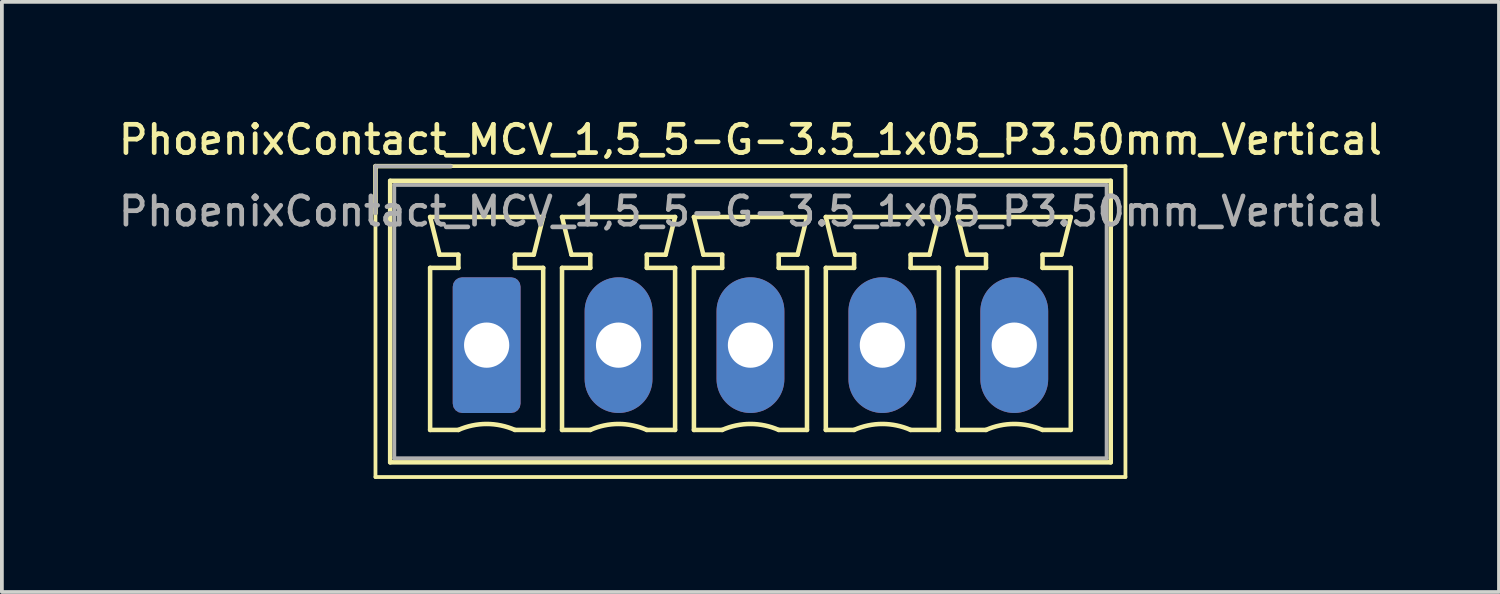
<source format=kicad_pcb>
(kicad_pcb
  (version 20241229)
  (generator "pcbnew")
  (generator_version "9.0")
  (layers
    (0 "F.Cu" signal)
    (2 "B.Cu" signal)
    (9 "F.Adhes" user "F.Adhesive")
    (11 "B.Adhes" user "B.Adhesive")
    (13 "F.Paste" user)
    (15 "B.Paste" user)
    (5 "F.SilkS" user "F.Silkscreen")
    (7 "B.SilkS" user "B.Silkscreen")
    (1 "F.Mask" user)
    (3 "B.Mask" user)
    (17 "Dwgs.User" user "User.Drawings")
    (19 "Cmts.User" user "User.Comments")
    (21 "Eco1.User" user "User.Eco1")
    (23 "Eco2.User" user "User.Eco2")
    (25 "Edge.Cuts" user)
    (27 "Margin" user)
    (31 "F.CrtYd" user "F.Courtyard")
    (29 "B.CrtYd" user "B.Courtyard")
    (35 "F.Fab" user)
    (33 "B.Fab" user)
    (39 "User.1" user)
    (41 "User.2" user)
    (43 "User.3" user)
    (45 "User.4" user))
  (footprint "PhoenixContact_MCV_1,5_5-G-3.5_1x05_P3.50mm_Vertical"
    (layer "F.Cu")
    (at 9.863 6.108)
    (property "Reference" "PhoenixContact_MCV_1,5_5-G-3.5_1x05_P3.50mm_Vertical" (at 7 -5.45 0) (layer "F.SilkS") (effects (font (size 0.75 0.75) (thickness 0.125))))
    (attr through_hole)
    (fp_line (start -2.95 -4.75) (end -2.95 3.5) (stroke (width 0.1) (type solid)) (layer "F.SilkS"))
    (fp_line (start -2.95 -4.75) (end -0.95 -4.75) (stroke (width 0.12) (type solid)) (layer "F.SilkS"))
    (fp_line (start -2.95 -3.5) (end -2.95 -4.75) (stroke (width 0.12) (type solid)) (layer "F.SilkS"))
    (fp_line (start -2.95 3.5) (end 16.95 3.5) (stroke (width 0.1) (type solid)) (layer "F.SilkS"))
    (fp_line (start -2.56 -4.36) (end -2.56 3.11) (stroke (width 0.12) (type solid)) (layer "F.SilkS"))
    (fp_line (start -2.56 3.11) (end 16.56 3.11) (stroke (width 0.12) (type solid)) (layer "F.SilkS"))
    (fp_line (start -1.5 -3.4) (end 1.5 -3.4) (stroke (width 0.12) (type solid)) (layer "F.SilkS"))
    (fp_line (start -1.5 -2.05) (end -0.75 -2.05) (stroke (width 0.12) (type solid)) (layer "F.SilkS"))
    (fp_line (start -1.5 2.25) (end -1.5 -2.05) (stroke (width 0.12) (type solid)) (layer "F.SilkS"))
    (fp_line (start -1.25 -2.4) (end -1.5 -3.4) (stroke (width 0.12) (type solid)) (layer "F.SilkS"))
    (fp_line (start -0.75 -2.4) (end -1.25 -2.4) (stroke (width 0.12) (type solid)) (layer "F.SilkS"))
    (fp_line (start -0.75 -2.05) (end -0.75 -2.4) (stroke (width 0.12) (type solid)) (layer "F.SilkS"))
    (fp_line (start -0.75 2.25) (end -1.5 2.25) (stroke (width 0.12) (type solid)) (layer "F.SilkS"))
    (fp_line (start 0.75 -2.4) (end 0.75 -2.05) (stroke (width 0.12) (type solid)) (layer "F.SilkS"))
    (fp_line (start 0.75 -2.05) (end 1.5 -2.05) (stroke (width 0.12) (type solid)) (layer "F.SilkS"))
    (fp_line (start 1.25 -2.4) (end 0.75 -2.4) (stroke (width 0.12) (type solid)) (layer "F.SilkS"))
    (fp_line (start 1.5 -3.4) (end 1.25 -2.4) (stroke (width 0.12) (type solid)) (layer "F.SilkS"))
    (fp_line (start 1.5 -2.05) (end 1.5 2.25) (stroke (width 0.12) (type solid)) (layer "F.SilkS"))
    (fp_line (start 1.5 2.25) (end 0.75 2.25) (stroke (width 0.12) (type solid)) (layer "F.SilkS"))
    (fp_line (start 2 -3.4) (end 5 -3.4) (stroke (width 0.12) (type solid)) (layer "F.SilkS"))
    (fp_line (start 2 -2.05) (end 2.75 -2.05) (stroke (width 0.12) (type solid)) (layer "F.SilkS"))
    (fp_line (start 2 2.25) (end 2 -2.05) (stroke (width 0.12) (type solid)) (layer "F.SilkS"))
    (fp_line (start 2.25 -2.4) (end 2 -3.4) (stroke (width 0.12) (type solid)) (layer "F.SilkS"))
    (fp_line (start 2.75 -2.4) (end 2.25 -2.4) (stroke (width 0.12) (type solid)) (layer "F.SilkS"))
    (fp_line (start 2.75 -2.05) (end 2.75 -2.4) (stroke (width 0.12) (type solid)) (layer "F.SilkS"))
    (fp_line (start 2.75 2.25) (end 2 2.25) (stroke (width 0.12) (type solid)) (layer "F.SilkS"))
    (fp_line (start 4.25 -2.4) (end 4.25 -2.05) (stroke (width 0.12) (type solid)) (layer "F.SilkS"))
    (fp_line (start 4.25 -2.05) (end 5 -2.05) (stroke (width 0.12) (type solid)) (layer "F.SilkS"))
    (fp_line (start 4.75 -2.4) (end 4.25 -2.4) (stroke (width 0.12) (type solid)) (layer "F.SilkS"))
    (fp_line (start 5 -3.4) (end 4.75 -2.4) (stroke (width 0.12) (type solid)) (layer "F.SilkS"))
    (fp_line (start 5 -2.05) (end 5 2.25) (stroke (width 0.12) (type solid)) (layer "F.SilkS"))
    (fp_line (start 5 2.25) (end 4.25 2.25) (stroke (width 0.12) (type solid)) (layer "F.SilkS"))
    (fp_line (start 5.5 -3.4) (end 8.5 -3.4) (stroke (width 0.12) (type solid)) (layer "F.SilkS"))
    (fp_line (start 5.5 -2.05) (end 6.25 -2.05) (stroke (width 0.12) (type solid)) (layer "F.SilkS"))
    (fp_line (start 5.5 2.25) (end 5.5 -2.05) (stroke (width 0.12) (type solid)) (layer "F.SilkS"))
    (fp_line (start 5.75 -2.4) (end 5.5 -3.4) (stroke (width 0.12) (type solid)) (layer "F.SilkS"))
    (fp_line (start 6.25 -2.4) (end 5.75 -2.4) (stroke (width 0.12) (type solid)) (layer "F.SilkS"))
    (fp_line (start 6.25 -2.05) (end 6.25 -2.4) (stroke (width 0.12) (type solid)) (layer "F.SilkS"))
    (fp_line (start 6.25 2.25) (end 5.5 2.25) (stroke (width 0.12) (type solid)) (layer "F.SilkS"))
    (fp_line (start 7.75 -2.4) (end 7.75 -2.05) (stroke (width 0.12) (type solid)) (layer "F.SilkS"))
    (fp_line (start 7.75 -2.05) (end 8.5 -2.05) (stroke (width 0.12) (type solid)) (layer "F.SilkS"))
    (fp_line (start 8.25 -2.4) (end 7.75 -2.4) (stroke (width 0.12) (type solid)) (layer "F.SilkS"))
    (fp_line (start 8.5 -3.4) (end 8.25 -2.4) (stroke (width 0.12) (type solid)) (layer "F.SilkS"))
    (fp_line (start 8.5 -2.05) (end 8.5 2.25) (stroke (width 0.12) (type solid)) (layer "F.SilkS"))
    (fp_line (start 8.5 2.25) (end 7.75 2.25) (stroke (width 0.12) (type solid)) (layer "F.SilkS"))
    (fp_line (start 9 -3.4) (end 12 -3.4) (stroke (width 0.12) (type solid)) (layer "F.SilkS"))
    (fp_line (start 9 -2.05) (end 9.75 -2.05) (stroke (width 0.12) (type solid)) (layer "F.SilkS"))
    (fp_line (start 9 2.25) (end 9 -2.05) (stroke (width 0.12) (type solid)) (layer "F.SilkS"))
    (fp_line (start 9.25 -2.4) (end 9 -3.4) (stroke (width 0.12) (type solid)) (layer "F.SilkS"))
    (fp_line (start 9.75 -2.4) (end 9.25 -2.4) (stroke (width 0.12) (type solid)) (layer "F.SilkS"))
    (fp_line (start 9.75 -2.05) (end 9.75 -2.4) (stroke (width 0.12) (type solid)) (layer "F.SilkS"))
    (fp_line (start 9.75 2.25) (end 9 2.25) (stroke (width 0.12) (type solid)) (layer "F.SilkS"))
    (fp_line (start 11.25 -2.4) (end 11.25 -2.05) (stroke (width 0.12) (type solid)) (layer "F.SilkS"))
    (fp_line (start 11.25 -2.05) (end 12 -2.05) (stroke (width 0.12) (type solid)) (layer "F.SilkS"))
    (fp_line (start 11.75 -2.4) (end 11.25 -2.4) (stroke (width 0.12) (type solid)) (layer "F.SilkS"))
    (fp_line (start 12 -3.4) (end 11.75 -2.4) (stroke (width 0.12) (type solid)) (layer "F.SilkS"))
    (fp_line (start 12 -2.05) (end 12 2.25) (stroke (width 0.12) (type solid)) (layer "F.SilkS"))
    (fp_line (start 12 2.25) (end 11.25 2.25) (stroke (width 0.12) (type solid)) (layer "F.SilkS"))
    (fp_line (start 12.5 -3.4) (end 15.5 -3.4) (stroke (width 0.12) (type solid)) (layer "F.SilkS"))
    (fp_line (start 12.5 -2.05) (end 13.25 -2.05) (stroke (width 0.12) (type solid)) (layer "F.SilkS"))
    (fp_line (start 12.5 2.25) (end 12.5 -2.05) (stroke (width 0.12) (type solid)) (layer "F.SilkS"))
    (fp_line (start 12.75 -2.4) (end 12.5 -3.4) (stroke (width 0.12) (type solid)) (layer "F.SilkS"))
    (fp_line (start 13.25 -2.4) (end 12.75 -2.4) (stroke (width 0.12) (type solid)) (layer "F.SilkS"))
    (fp_line (start 13.25 -2.05) (end 13.25 -2.4) (stroke (width 0.12) (type solid)) (layer "F.SilkS"))
    (fp_line (start 13.25 2.25) (end 12.5 2.25) (stroke (width 0.12) (type solid)) (layer "F.SilkS"))
    (fp_line (start 14.75 -2.4) (end 14.75 -2.05) (stroke (width 0.12) (type solid)) (layer "F.SilkS"))
    (fp_line (start 14.75 -2.05) (end 15.5 -2.05) (stroke (width 0.12) (type solid)) (layer "F.SilkS"))
    (fp_line (start 15.25 -2.4) (end 14.75 -2.4) (stroke (width 0.12) (type solid)) (layer "F.SilkS"))
    (fp_line (start 15.5 -3.4) (end 15.25 -2.4) (stroke (width 0.12) (type solid)) (layer "F.SilkS"))
    (fp_line (start 15.5 -2.05) (end 15.5 2.25) (stroke (width 0.12) (type solid)) (layer "F.SilkS"))
    (fp_line (start 15.5 2.25) (end 14.75 2.25) (stroke (width 0.12) (type solid)) (layer "F.SilkS"))
    (fp_line (start 16.56 -4.36) (end -2.56 -4.36) (stroke (width 0.12) (type solid)) (layer "F.SilkS"))
    (fp_line (start 16.56 3.11) (end 16.56 -4.36) (stroke (width 0.12) (type solid)) (layer "F.SilkS"))
    (fp_line (start 16.95 -4.75) (end -2.95 -4.75) (stroke (width 0.1) (type solid)) (layer "F.SilkS"))
    (fp_line (start 16.95 3.5) (end 16.95 -4.75) (stroke (width 0.1) (type solid)) (layer "F.SilkS"))
    (fp_arc (start -0.75 2.25) (mid -0.000193 2.09191) (end 0.749647 2.249844) (stroke (width 0.12) (type solid)) (layer "F.SilkS"))
    (fp_arc (start 2.75 2.25) (mid 3.499807 2.09191) (end 4.249647 2.249844) (stroke (width 0.12) (type solid)) (layer "F.SilkS"))
    (fp_arc (start 6.25 2.25) (mid 6.999807 2.09191) (end 7.749647 2.249844) (stroke (width 0.12) (type solid)) (layer "F.SilkS"))
    (fp_arc (start 9.75 2.25) (mid 10.499807 2.09191) (end 11.249647 2.249844) (stroke (width 0.12) (type solid)) (layer "F.SilkS"))
    (fp_arc (start 13.25 2.25) (mid 13.999807 2.09191) (end 14.749647 2.249844) (stroke (width 0.12) (type solid)) (layer "F.SilkS"))
    (fp_line (start -2.95 -4.75) (end -0.95 -4.75) (stroke (width 0.1) (type solid)) (layer "F.Fab"))
    (fp_line (start -2.95 -3.5) (end -2.95 -4.75) (stroke (width 0.1) (type solid)) (layer "F.Fab"))
    (fp_line (start -2.45 -4.25) (end -2.45 3) (stroke (width 0.1) (type solid)) (layer "F.Fab"))
    (fp_line (start -2.45 3) (end 16.45 3) (stroke (width 0.1) (type solid)) (layer "F.Fab"))
    (fp_line (start 16.45 -4.25) (end -2.45 -4.25) (stroke (width 0.1) (type solid)) (layer "F.Fab"))
    (fp_line (start 16.45 3) (end 16.45 -4.25) (stroke (width 0.1) (type solid)) (layer "F.Fab"))
    (fp_text user "${REFERENCE}" (at 7 -3.55 0) (layer "F.Fab") (effects (font (size 0.75 0.75) (thickness 0.125))))
    (pad "1" thru_hole roundrect (at 0 0) (size 1.8 3.6) (drill 1.2) (layers "*.Cu" "*.Mask") (roundrect_rratio 0.139))
    (pad "2" thru_hole oval (at 3.5 0) (size 1.8 3.6) (drill 1.2) (layers "*.Cu" "*.Mask"))
    (pad "3" thru_hole oval (at 7 0) (size 1.8 3.6) (drill 1.2) (layers "*.Cu" "*.Mask"))
    (pad "4" thru_hole oval (at 10.5 0) (size 1.8 3.6) (drill 1.2) (layers "*.Cu" "*.Mask"))
    (pad "5" thru_hole oval (at 14 0) (size 1.8 3.6) (drill 1.2) (layers "*.Cu" "*.Mask")))
  (gr_rect
    (start -3 -3)
    (end 36.725 12.658)
    (stroke (width 0.1) (type default))
    (fill no)
    (layer "Edge.Cuts")))
</source>
